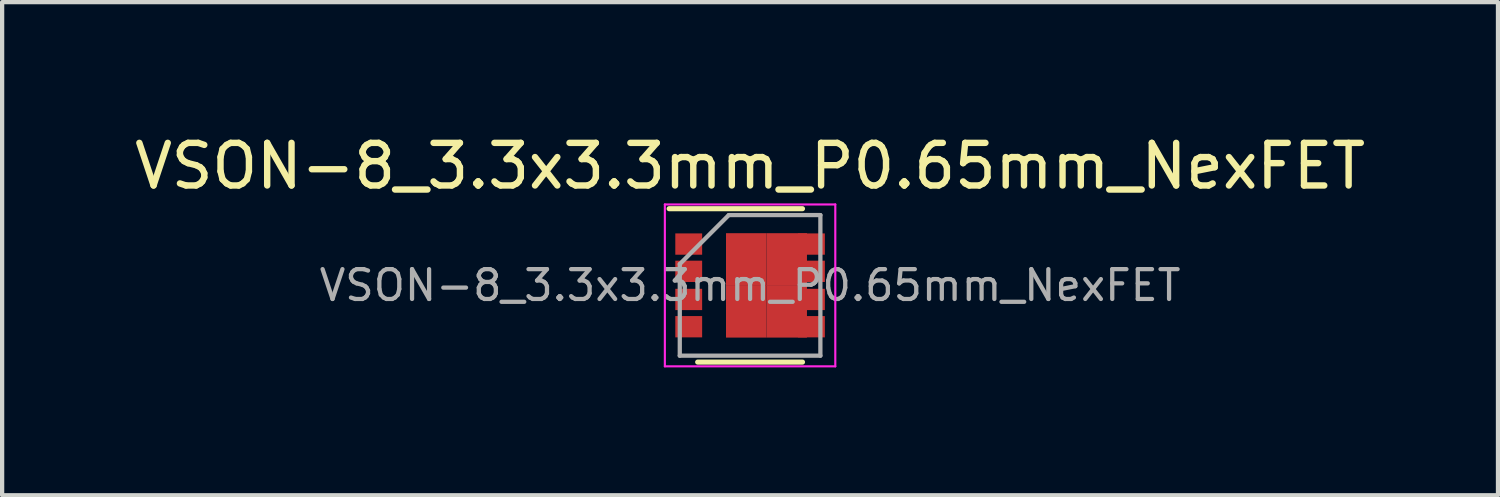
<source format=kicad_pcb>
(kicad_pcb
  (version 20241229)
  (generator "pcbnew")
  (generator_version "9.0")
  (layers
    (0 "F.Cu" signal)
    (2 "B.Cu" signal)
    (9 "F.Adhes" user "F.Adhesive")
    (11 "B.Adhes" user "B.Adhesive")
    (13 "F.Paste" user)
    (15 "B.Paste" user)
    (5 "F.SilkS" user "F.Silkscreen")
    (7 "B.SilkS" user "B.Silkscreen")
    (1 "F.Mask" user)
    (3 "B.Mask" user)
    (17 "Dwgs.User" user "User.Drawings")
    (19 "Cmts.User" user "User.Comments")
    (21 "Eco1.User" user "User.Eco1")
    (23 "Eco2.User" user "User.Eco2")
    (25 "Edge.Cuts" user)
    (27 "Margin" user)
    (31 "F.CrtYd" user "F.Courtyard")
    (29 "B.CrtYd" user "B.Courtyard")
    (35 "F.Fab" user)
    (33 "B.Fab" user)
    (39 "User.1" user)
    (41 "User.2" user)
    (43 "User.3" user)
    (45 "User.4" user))
  (footprint "VSON-8_3.3x3.3mm_P0.65mm_NexFET"
    (layer "F.Cu")
    (at 14.554 3.648)
    (property "Reference" "VSON-8_3.3x3.3mm_P0.65mm_NexFET" (at 0 -2.8 0) (layer "F.SilkS") (effects (font (size 1 1) (thickness 0.15))))
    (attr smd)
    (fp_line (start -1.9 -1.8) (end 1.23 -1.8) (stroke (width 0.12) (type solid)) (layer "F.SilkS"))
    (fp_line (start -1.23 1.8) (end 1.23 1.8) (stroke (width 0.12) (type solid)) (layer "F.SilkS"))
    (fp_line (start -2 -1.9) (end -2 1.9) (stroke (width 0.05) (type solid)) (layer "F.CrtYd"))
    (fp_line (start -2 -1.9) (end 2 -1.9) (stroke (width 0.05) (type solid)) (layer "F.CrtYd"))
    (fp_line (start -2 1.9) (end 2 1.9) (stroke (width 0.05) (type solid)) (layer "F.CrtYd"))
    (fp_line (start 2 -1.9) (end 2 1.9) (stroke (width 0.05) (type solid)) (layer "F.CrtYd"))
    (fp_line (start -1.65 -0.5) (end -0.5 -1.65) (stroke (width 0.1) (type solid)) (layer "F.Fab"))
    (fp_line (start -1.65 1.65) (end -1.65 -0.5) (stroke (width 0.1) (type solid)) (layer "F.Fab"))
    (fp_line (start -0.5 -1.65) (end 1.65 -1.65) (stroke (width 0.1) (type solid)) (layer "F.Fab"))
    (fp_line (start 1.65 -1.65) (end 1.65 1.65) (stroke (width 0.1) (type solid)) (layer "F.Fab"))
    (fp_line (start 1.65 1.65) (end -1.65 1.65) (stroke (width 0.1) (type solid)) (layer "F.Fab"))
    (fp_text user "${REFERENCE}" (at 0 0 0) (layer "F.Fab") (effects (font (size 0.7 0.7) (thickness 0.1))))
    (pad "1" smd rect (at -1.44 -0.97) (size 0.63 0.5) (layers "F.Cu" "F.Mask" "F.Paste"))
    (pad "2" smd rect (at -1.44 -0.33) (size 0.63 0.5) (layers "F.Cu" "F.Mask" "F.Paste"))
    (pad "3" smd rect (at -1.44 0.33) (size 0.63 0.5) (layers "F.Cu" "F.Mask" "F.Paste"))
    (pad "4" smd rect (at -1.44 0.97) (size 0.63 0.5) (layers "F.Cu" "F.Mask" "F.Paste"))
    (pad "5" smd rect (at -0.09 -0.61) (size 0.95 1.23) (layers "F.Cu" "F.Mask" "F.Paste"))
    (pad "5" smd rect (at -0.09 0.61) (size 0.95 1.23) (layers "F.Cu" "F.Mask" "F.Paste"))
    (pad "5" smd rect (at 0.86 -0.61) (size 0.95 1.23) (layers "F.Cu" "F.Mask" "F.Paste"))
    (pad "5" smd rect (at 0.86 0.61) (size 0.95 1.23) (layers "F.Cu" "F.Mask" "F.Paste"))
    (pad "5" smd rect (at 1.44 -0.97) (size 0.63 0.5) (layers "F.Cu" "F.Mask" "F.Paste"))
    (pad "5" smd rect (at 1.44 -0.33) (size 0.63 0.5) (layers "F.Cu" "F.Mask" "F.Paste"))
    (pad "5" smd rect (at 1.44 0.33) (size 0.63 0.5) (layers "F.Cu" "F.Mask" "F.Paste"))
    (pad "5" smd rect (at 1.44 0.97) (size 0.63 0.5) (layers "F.Cu" "F.Mask" "F.Paste")))
  (gr_rect
    (start -3 -3)
    (end 32.107 8.573)
    (stroke (width 0.1) (type default))
    (fill no)
    (layer "Edge.Cuts")))
</source>
